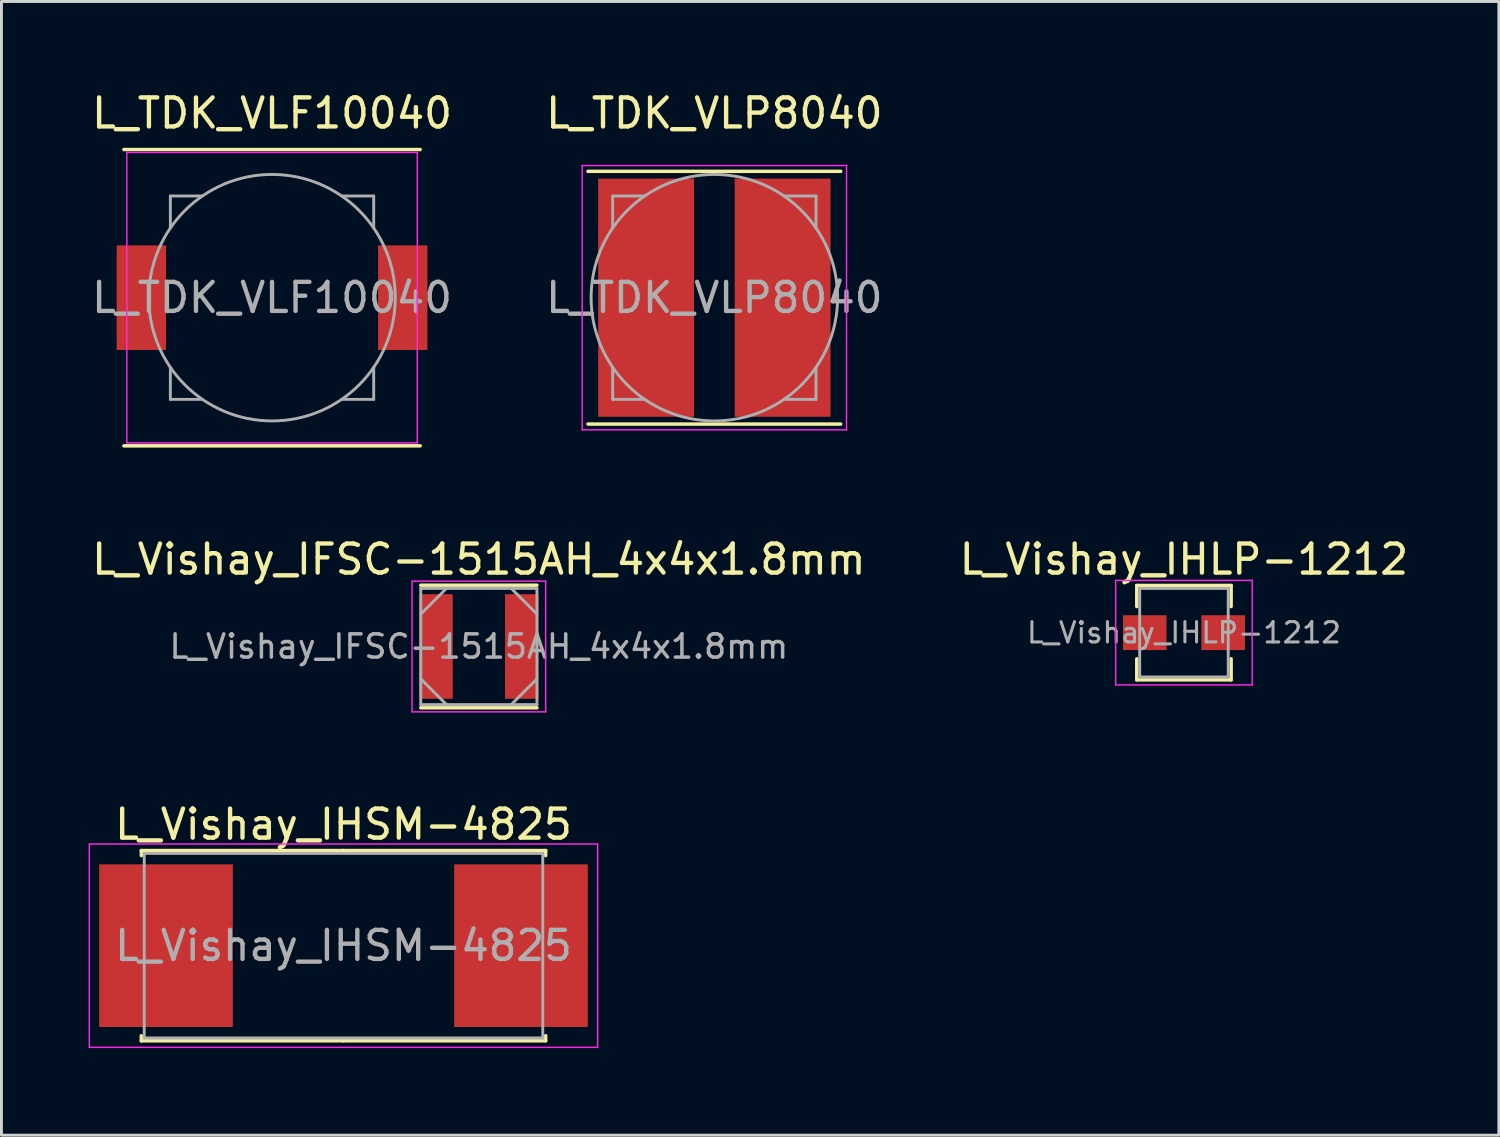
<source format=kicad_pcb>
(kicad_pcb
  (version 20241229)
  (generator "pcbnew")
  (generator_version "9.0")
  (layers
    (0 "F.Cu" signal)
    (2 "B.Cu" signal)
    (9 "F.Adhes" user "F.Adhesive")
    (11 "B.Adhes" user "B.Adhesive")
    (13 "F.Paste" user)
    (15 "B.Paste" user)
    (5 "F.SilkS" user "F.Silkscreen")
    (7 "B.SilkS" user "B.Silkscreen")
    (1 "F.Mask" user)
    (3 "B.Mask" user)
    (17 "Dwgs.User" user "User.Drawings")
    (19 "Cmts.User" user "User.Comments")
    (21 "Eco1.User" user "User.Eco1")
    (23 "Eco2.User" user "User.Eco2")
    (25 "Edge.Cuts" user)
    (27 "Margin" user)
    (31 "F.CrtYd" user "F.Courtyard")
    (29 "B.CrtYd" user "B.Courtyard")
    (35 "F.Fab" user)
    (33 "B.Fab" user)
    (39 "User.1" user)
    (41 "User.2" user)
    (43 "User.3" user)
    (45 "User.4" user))
  (footprint "L_TDK_VLF10040"
    (layer "F.Cu")
    (at 6.315 7.198)
    (property "Reference" "L_TDK_VLF10040" (at 0 -6.35 0) (layer "F.SilkS") (effects (font (size 1 1) (thickness 0.15))))
    (attr smd)
    (fp_line (start -5.1 -5.1) (end 5.1 -5.1) (stroke (width 0.12) (type solid)) (layer "F.SilkS"))
    (fp_line (start -5.1 5.1) (end 5.1 5.1) (stroke (width 0.12) (type solid)) (layer "F.SilkS"))
    (fp_line (start -5 -5) (end -5 5) (stroke (width 0.05) (type solid)) (layer "F.CrtYd"))
    (fp_line (start -5 5) (end 5 5) (stroke (width 0.05) (type solid)) (layer "F.CrtYd"))
    (fp_line (start 5 -5) (end -5 -5) (stroke (width 0.05) (type solid)) (layer "F.CrtYd"))
    (fp_line (start 5 5) (end 5 -5) (stroke (width 0.05) (type solid)) (layer "F.CrtYd"))
    (fp_line (start -3.5 -3.5) (end -2.4 -3.5) (stroke (width 0.1) (type solid)) (layer "F.Fab"))
    (fp_line (start -3.5 -2.4) (end -3.5 -3.5) (stroke (width 0.1) (type solid)) (layer "F.Fab"))
    (fp_line (start -3.5 2.4) (end -3.5 3.5) (stroke (width 0.1) (type solid)) (layer "F.Fab"))
    (fp_line (start -3.5 3.5) (end -2.4 3.5) (stroke (width 0.1) (type solid)) (layer "F.Fab"))
    (fp_line (start 3.5 -3.5) (end 2.4 -3.5) (stroke (width 0.1) (type solid)) (layer "F.Fab"))
    (fp_line (start 3.5 -3.5) (end 3.5 -2.4) (stroke (width 0.1) (type solid)) (layer "F.Fab"))
    (fp_line (start 3.5 2.4) (end 3.5 3.5) (stroke (width 0.1) (type solid)) (layer "F.Fab"))
    (fp_line (start 3.5 3.5) (end 2.4 3.5) (stroke (width 0.1) (type solid)) (layer "F.Fab"))
    (fp_circle (center 0 0) (end 3 3) (stroke (width 0.1) (type solid)) (fill no) (layer "F.Fab"))
    (fp_text user "${REFERENCE}" (at 0 0 0) (layer "F.Fab") (effects (font (size 1 1) (thickness 0.15))))
    (pad "1" smd rect (at -4.5 0) (size 1.7 3.6) (layers "F.Cu" "F.Mask" "F.Paste"))
    (pad "2" smd rect (at 4.5 0) (size 1.7 3.6) (layers "F.Cu" "F.Mask" "F.Paste")))
  (footprint "L_Vishay_IHLP-1212"
    (layer "F.Cu")
    (at 37.708 18.73)
    (property "Reference" "L_Vishay_IHLP-1212" (at 0 -2.524 0) (layer "F.SilkS") (effects (font (size 1 1) (thickness 0.15))))
    (attr smd)
    (fp_line (start -1.624 -1.624) (end 1.624 -1.624) (stroke (width 0.12) (type solid)) (layer "F.SilkS"))
    (fp_line (start -1.624 -0.9) (end -1.624 -1.624) (stroke (width 0.12) (type solid)) (layer "F.SilkS"))
    (fp_line (start -1.624 0.9) (end -1.624 1.624) (stroke (width 0.12) (type solid)) (layer "F.SilkS"))
    (fp_line (start -1.624 1.624) (end 1.624 1.624) (stroke (width 0.12) (type solid)) (layer "F.SilkS"))
    (fp_line (start 1.624 -1.624) (end 1.624 -0.9) (stroke (width 0.12) (type solid)) (layer "F.SilkS"))
    (fp_line (start 1.624 1.624) (end 1.624 0.9) (stroke (width 0.12) (type solid)) (layer "F.SilkS"))
    (fp_line (start -2.35 -1.8) (end -2.35 1.8) (stroke (width 0.05) (type solid)) (layer "F.CrtYd"))
    (fp_line (start -2.35 1.8) (end 2.35 1.8) (stroke (width 0.05) (type solid)) (layer "F.CrtYd"))
    (fp_line (start 2.35 -1.8) (end -2.35 -1.8) (stroke (width 0.05) (type solid)) (layer "F.CrtYd"))
    (fp_line (start 2.35 1.8) (end 2.35 -1.8) (stroke (width 0.05) (type solid)) (layer "F.CrtYd"))
    (fp_line (start -1.524 -1.524) (end -1.524 1.524) (stroke (width 0.1) (type solid)) (layer "F.Fab"))
    (fp_line (start -1.524 1.524) (end 1.524 1.524) (stroke (width 0.1) (type solid)) (layer "F.Fab"))
    (fp_line (start 1.524 -1.524) (end -1.524 -1.524) (stroke (width 0.1) (type solid)) (layer "F.Fab"))
    (fp_line (start 1.524 1.524) (end 1.524 -1.524) (stroke (width 0.1) (type solid)) (layer "F.Fab"))
    (fp_text user "${REFERENCE}" (at 0 0 0) (layer "F.Fab") (effects (font (size 0.7 0.7) (thickness 0.105))))
    (pad "1" smd rect (at -1.35 0) (size 1.5 1.2) (layers "F.Cu" "F.Mask" "F.Paste"))
    (pad "2" smd rect (at 1.35 0) (size 1.5 1.2) (layers "F.Cu" "F.Mask" "F.Paste")))
  (footprint "L_TDK_VLP8040"
    (layer "F.Cu")
    (at 21.542 7.198)
    (property "Reference" "L_TDK_VLP8040" (at 0 -6.35 0) (layer "F.SilkS") (effects (font (size 1 1) (thickness 0.15))))
    (attr smd)
    (fp_line (start -4.35 -4.35) (end 4.35 -4.35) (stroke (width 0.12) (type solid)) (layer "F.SilkS"))
    (fp_line (start -4.35 4.35) (end 4.35 4.35) (stroke (width 0.12) (type solid)) (layer "F.SilkS"))
    (fp_line (start -4.55 -4.55) (end -4.55 4.55) (stroke (width 0.05) (type solid)) (layer "F.CrtYd"))
    (fp_line (start -4.55 4.55) (end 4.55 4.55) (stroke (width 0.05) (type solid)) (layer "F.CrtYd"))
    (fp_line (start 4.55 -4.55) (end -4.55 -4.55) (stroke (width 0.05) (type solid)) (layer "F.CrtYd"))
    (fp_line (start 4.55 4.55) (end 4.55 -4.55) (stroke (width 0.05) (type solid)) (layer "F.CrtYd"))
    (fp_line (start -3.5 -3.5) (end -2.4 -3.5) (stroke (width 0.1) (type solid)) (layer "F.Fab"))
    (fp_line (start -3.5 -2.4) (end -3.5 -3.5) (stroke (width 0.1) (type solid)) (layer "F.Fab"))
    (fp_line (start -3.5 2.4) (end -3.5 3.5) (stroke (width 0.1) (type solid)) (layer "F.Fab"))
    (fp_line (start -3.5 3.5) (end -2.4 3.5) (stroke (width 0.1) (type solid)) (layer "F.Fab"))
    (fp_line (start 3.5 -3.5) (end 2.4 -3.5) (stroke (width 0.1) (type solid)) (layer "F.Fab"))
    (fp_line (start 3.5 -3.5) (end 3.5 -2.4) (stroke (width 0.1) (type solid)) (layer "F.Fab"))
    (fp_line (start 3.5 2.4) (end 3.5 3.5) (stroke (width 0.1) (type solid)) (layer "F.Fab"))
    (fp_line (start 3.5 3.5) (end 2.4 3.5) (stroke (width 0.1) (type solid)) (layer "F.Fab"))
    (fp_circle (center 0 0) (end 3 3) (stroke (width 0.1) (type solid)) (fill no) (layer "F.Fab"))
    (fp_text user "${REFERENCE}" (at 0 0 0) (layer "F.Fab") (effects (font (size 1 1) (thickness 0.15))))
    (pad "1" smd rect (at -2.35 0) (size 3.3 8.2) (layers "F.Cu" "F.Mask" "F.Paste"))
    (pad "2" smd rect (at 2.35 0) (size 3.3 8.2) (layers "F.Cu" "F.Mask" "F.Paste")))
  (footprint "L_Vishay_IFSC-1515AH_4x4x1.8mm"
    (layer "F.Cu")
    (at 13.435 19.206)
    (property "Reference" "L_Vishay_IFSC-1515AH_4x4x1.8mm" (at 0 -3 0) (layer "F.SilkS") (effects (font (size 1 1) (thickness 0.15))))
    (attr smd)
    (fp_line (start -2 -2.11) (end 2 -2.11) (stroke (width 0.12) (type solid)) (layer "F.SilkS"))
    (fp_line (start 2 2.11) (end -2 2.11) (stroke (width 0.12) (type solid)) (layer "F.SilkS"))
    (fp_line (start -2.3 -2.25) (end 2.3 -2.25) (stroke (width 0.05) (type solid)) (layer "F.CrtYd"))
    (fp_line (start -2.3 2.25) (end -2.3 -2.25) (stroke (width 0.05) (type solid)) (layer "F.CrtYd"))
    (fp_line (start 2.3 -2.25) (end 2.3 2.25) (stroke (width 0.05) (type solid)) (layer "F.CrtYd"))
    (fp_line (start 2.3 2.25) (end -2.3 2.25) (stroke (width 0.05) (type solid)) (layer "F.CrtYd"))
    (fp_line (start -2 -2) (end 2 -2) (stroke (width 0.1) (type solid)) (layer "F.Fab"))
    (fp_line (start -2 -1.115) (end -1.115 -2) (stroke (width 0.1) (type solid)) (layer "F.Fab"))
    (fp_line (start -2 2) (end -2 -2) (stroke (width 0.1) (type solid)) (layer "F.Fab"))
    (fp_line (start -1.115 2) (end -2 1.115) (stroke (width 0.1) (type solid)) (layer "F.Fab"))
    (fp_line (start 1.115 -2) (end 2 -1.115) (stroke (width 0.1) (type solid)) (layer "F.Fab"))
    (fp_line (start 2 -2) (end 2 2) (stroke (width 0.1) (type solid)) (layer "F.Fab"))
    (fp_line (start 2 1.115) (end 1.115 2) (stroke (width 0.1) (type solid)) (layer "F.Fab"))
    (fp_line (start 2 2) (end -2 2) (stroke (width 0.1) (type solid)) (layer "F.Fab"))
    (fp_text user "${REFERENCE}" (at 0 0 0) (layer "F.Fab") (effects (font (size 0.8 0.8) (thickness 0.12))))
    (pad "1" smd rect (at -1.475 0) (size 1.15 3.6) (layers "F.Cu" "F.Mask" "F.Paste"))
    (pad "2" smd rect (at 1.475 0) (size 1.15 3.6) (layers "F.Cu" "F.Mask" "F.Paste")))
  (footprint "L_Vishay_IHSM-4825"
    (layer "F.Cu")
    (at 8.775 29.505)
    (property "Reference" "L_Vishay_IHSM-4825" (at 0 -4.175 0) (layer "F.SilkS") (effects (font (size 1 1) (thickness 0.15))))
    (attr smd)
    (fp_line (start -6.96 -3.275) (end 0 -3.275) (stroke (width 0.12) (type solid)) (layer "F.SilkS"))
    (fp_line (start -6.96 -3.1) (end -6.96 -3.275) (stroke (width 0.12) (type solid)) (layer "F.SilkS"))
    (fp_line (start -6.96 3.1) (end -6.96 3.275) (stroke (width 0.12) (type solid)) (layer "F.SilkS"))
    (fp_line (start -6.96 3.275) (end 0 3.275) (stroke (width 0.12) (type solid)) (layer "F.SilkS"))
    (fp_line (start 6.96 -3.275) (end 0 -3.275) (stroke (width 0.12) (type solid)) (layer "F.SilkS"))
    (fp_line (start 6.96 -3.1) (end 6.96 -3.275) (stroke (width 0.12) (type solid)) (layer "F.SilkS"))
    (fp_line (start 6.96 3.1) (end 6.96 3.275) (stroke (width 0.12) (type solid)) (layer "F.SilkS"))
    (fp_line (start 6.96 3.275) (end 0 3.275) (stroke (width 0.12) (type solid)) (layer "F.SilkS"))
    (fp_line (start -8.75 -3.5) (end -8.75 3.5) (stroke (width 0.05) (type solid)) (layer "F.CrtYd"))
    (fp_line (start -8.75 3.5) (end 8.75 3.5) (stroke (width 0.05) (type solid)) (layer "F.CrtYd"))
    (fp_line (start 8.75 -3.5) (end -8.75 -3.5) (stroke (width 0.05) (type solid)) (layer "F.CrtYd"))
    (fp_line (start 8.75 3.5) (end 8.75 -3.5) (stroke (width 0.05) (type solid)) (layer "F.CrtYd"))
    (fp_line (start -6.86 -3.175) (end -6.86 3.175) (stroke (width 0.1) (type solid)) (layer "F.Fab"))
    (fp_line (start -6.86 3.175) (end 6.86 3.175) (stroke (width 0.1) (type solid)) (layer "F.Fab"))
    (fp_line (start 6.86 -3.175) (end -6.86 -3.175) (stroke (width 0.1) (type solid)) (layer "F.Fab"))
    (fp_line (start 6.86 3.175) (end 6.86 -3.175) (stroke (width 0.1) (type solid)) (layer "F.Fab"))
    (fp_text user "${REFERENCE}" (at 0 0 0) (layer "F.Fab") (effects (font (size 1 1) (thickness 0.15))))
    (pad "1" smd rect (at -6.11 0) (size 4.6 5.6) (layers "F.Cu" "F.Mask" "F.Paste"))
    (pad "2" smd rect (at 6.11 0) (size 4.6 5.6) (layers "F.Cu" "F.Mask" "F.Paste")))
  (gr_rect
    (start -3 -3)
    (end 48.548 36.03)
    (stroke (width 0.1) (type default))
    (fill no)
    (layer "Edge.Cuts")))
</source>
